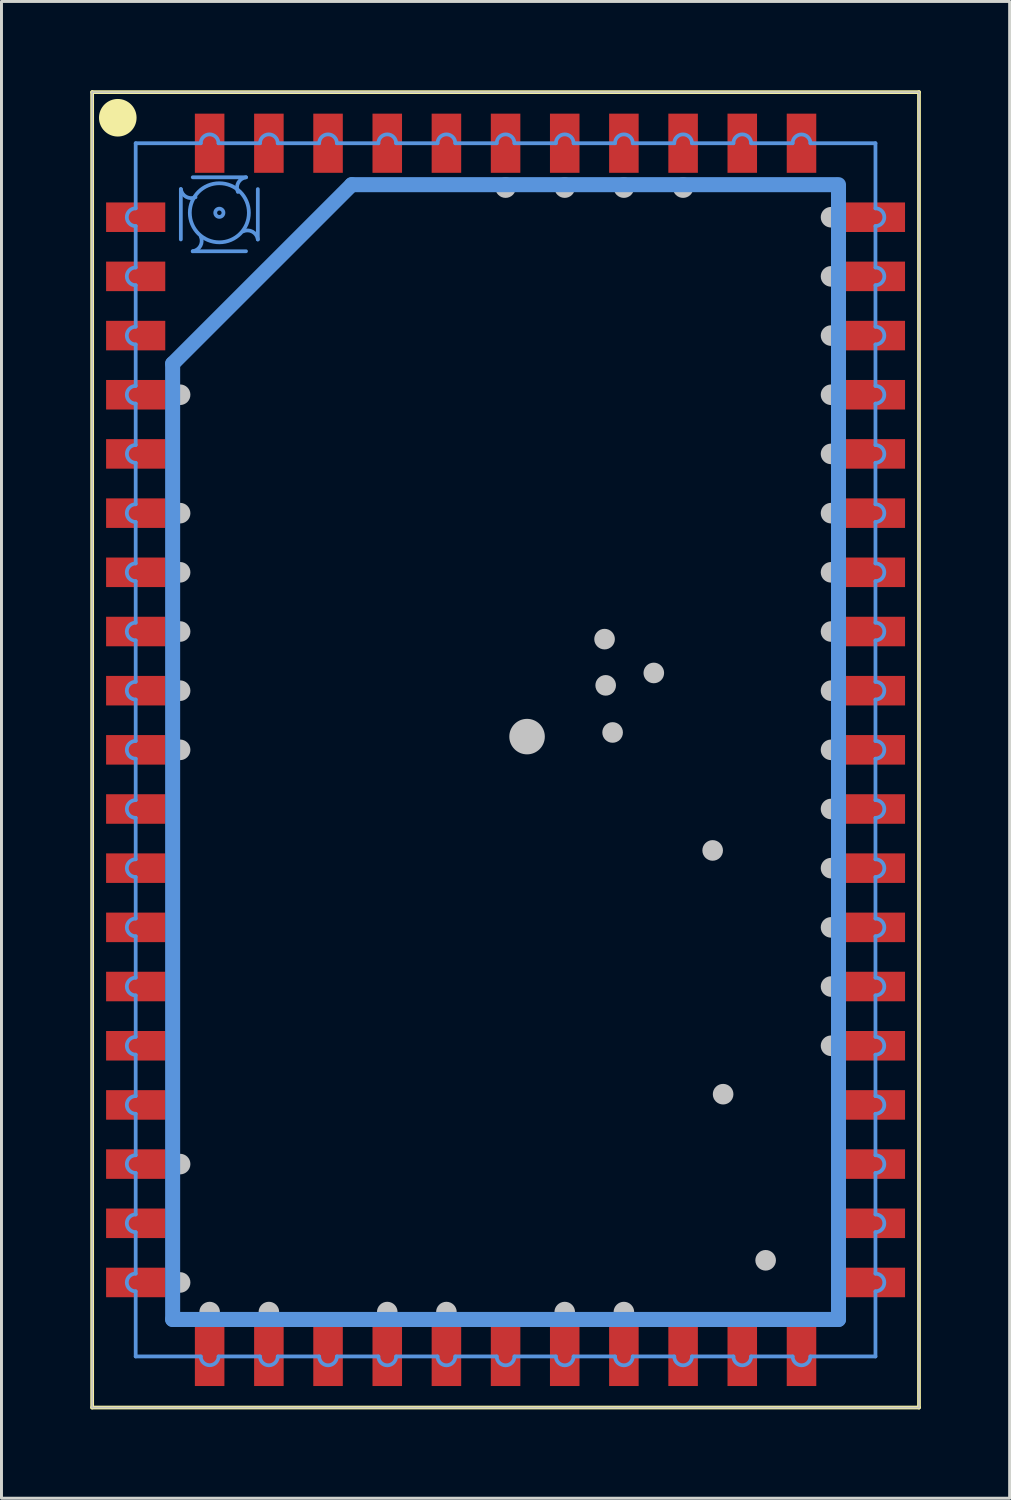
<source format=kicad_pcb>
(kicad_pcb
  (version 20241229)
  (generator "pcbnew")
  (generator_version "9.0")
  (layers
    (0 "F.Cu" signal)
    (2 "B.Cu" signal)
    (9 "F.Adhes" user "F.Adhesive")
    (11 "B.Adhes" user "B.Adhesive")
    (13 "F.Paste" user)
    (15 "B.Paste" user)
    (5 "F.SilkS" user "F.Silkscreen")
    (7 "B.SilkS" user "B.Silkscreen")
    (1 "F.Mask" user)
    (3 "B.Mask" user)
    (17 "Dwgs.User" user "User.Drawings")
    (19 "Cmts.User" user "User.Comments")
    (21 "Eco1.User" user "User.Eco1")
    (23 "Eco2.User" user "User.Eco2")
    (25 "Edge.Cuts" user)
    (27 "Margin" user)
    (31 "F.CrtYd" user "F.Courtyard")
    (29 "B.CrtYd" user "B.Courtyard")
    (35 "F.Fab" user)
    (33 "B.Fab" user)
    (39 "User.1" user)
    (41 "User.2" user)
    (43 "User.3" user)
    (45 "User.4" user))
  (footprint "DOMINO"
    (layer "F.Cu")
    (at 14.034 22.288)
    (property "Reference" "DOMINO" (at 10.262 20.955 0) (layer "Eco1.User") (effects (font (size 0.813 0.813) (thickness 0.064))))
    (attr through_hole)
    (fp_line (start -13.97 -22.225) (end -13.97 22.225) (stroke (width 0.127) (type solid)) (layer "F.SilkS"))
    (fp_line (start -13.97 22.225) (end 13.97 22.225) (stroke (width 0.127) (type solid)) (layer "F.SilkS"))
    (fp_line (start 13.97 -22.225) (end -13.97 -22.225) (stroke (width 0.127) (type solid)) (layer "F.SilkS"))
    (fp_line (start 13.97 22.225) (end 13.97 -22.225) (stroke (width 0.127) (type solid)) (layer "F.SilkS"))
    (fp_circle (center -13.104 -21.359) (end -12.469 -21.359) (stroke (width 0) (type solid)) (fill yes) (layer "F.SilkS"))
    (fp_line (start -13.97 -22.225) (end 13.97 -22.225) (stroke (width 0.051) (type solid)) (layer "Dwgs.User"))
    (fp_line (start -13.97 22.225) (end -13.97 -22.225) (stroke (width 0.051) (type solid)) (layer "Dwgs.User"))
    (fp_line (start 13.97 -22.225) (end 13.97 22.225) (stroke (width 0.051) (type solid)) (layer "Dwgs.User"))
    (fp_line (start 13.97 22.225) (end -13.97 22.225) (stroke (width 0.051) (type solid)) (layer "Dwgs.User"))
    (fp_circle (center -10.998 -11.999) (end -10.65 -11.999) (stroke (width 0) (type solid)) (fill yes) (layer "Dwgs.User"))
    (fp_circle (center -10.998 -7.998) (end -10.65 -7.998) (stroke (width 0) (type solid)) (fill yes) (layer "Dwgs.User"))
    (fp_circle (center -10.998 -5.999) (end -10.65 -5.999) (stroke (width 0) (type solid)) (fill yes) (layer "Dwgs.User"))
    (fp_circle (center -10.998 -3.998) (end -10.65 -3.998) (stroke (width 0) (type solid)) (fill yes) (layer "Dwgs.User"))
    (fp_circle (center -10.998 -1.999) (end -10.65 -1.999) (stroke (width 0) (type solid)) (fill yes) (layer "Dwgs.User"))
    (fp_circle (center -10.998 0) (end -10.65 0) (stroke (width 0) (type solid)) (fill yes) (layer "Dwgs.User"))
    (fp_circle (center -10.998 13.998) (end -10.65 13.998) (stroke (width 0) (type solid)) (fill yes) (layer "Dwgs.User"))
    (fp_circle (center -10.998 17.998) (end -10.65 17.998) (stroke (width 0) (type solid)) (fill yes) (layer "Dwgs.User"))
    (fp_circle (center -10 18.999) (end -9.652 18.999) (stroke (width 0) (type solid)) (fill yes) (layer "Dwgs.User"))
    (fp_circle (center -7.998 18.999) (end -7.65 18.999) (stroke (width 0) (type solid)) (fill yes) (layer "Dwgs.User"))
    (fp_circle (center -3.998 18.999) (end -3.65 18.999) (stroke (width 0) (type solid)) (fill yes) (layer "Dwgs.User"))
    (fp_circle (center -1.999 18.999) (end -1.651 18.999) (stroke (width 0) (type solid)) (fill yes) (layer "Dwgs.User"))
    (fp_circle (center 0 -18.999) (end 0.348 -18.999) (stroke (width 0) (type solid)) (fill yes) (layer "Dwgs.User"))
    (fp_circle (center 0.726 -0.447) (end 1.326 -0.447) (stroke (width 0) (type solid)) (fill yes) (layer "Dwgs.User"))
    (fp_circle (center 1.999 -18.999) (end 2.347 -18.999) (stroke (width 0) (type solid)) (fill yes) (layer "Dwgs.User"))
    (fp_circle (center 1.999 18.999) (end 2.347 18.999) (stroke (width 0) (type solid)) (fill yes) (layer "Dwgs.User"))
    (fp_circle (center 3.345 -3.741) (end 3.693 -3.741) (stroke (width 0) (type solid)) (fill yes) (layer "Dwgs.User"))
    (fp_circle (center 3.383 -2.179) (end 3.731 -2.179) (stroke (width 0) (type solid)) (fill yes) (layer "Dwgs.User"))
    (fp_circle (center 3.617 -0.587) (end 3.965 -0.587) (stroke (width 0) (type solid)) (fill yes) (layer "Dwgs.User"))
    (fp_circle (center 3.998 -18.999) (end 4.346 -18.999) (stroke (width 0) (type solid)) (fill yes) (layer "Dwgs.User"))
    (fp_circle (center 3.998 18.999) (end 4.346 18.999) (stroke (width 0) (type solid)) (fill yes) (layer "Dwgs.User"))
    (fp_circle (center 5.009 -2.598) (end 5.357 -2.598) (stroke (width 0) (type solid)) (fill yes) (layer "Dwgs.User"))
    (fp_circle (center 5.999 -18.999) (end 6.347 -18.999) (stroke (width 0) (type solid)) (fill yes) (layer "Dwgs.User"))
    (fp_circle (center 6.998 3.399) (end 7.346 3.399) (stroke (width 0) (type solid)) (fill yes) (layer "Dwgs.User"))
    (fp_circle (center 7.351 11.636) (end 7.699 11.636) (stroke (width 0) (type solid)) (fill yes) (layer "Dwgs.User"))
    (fp_circle (center 8.788 17.249) (end 9.136 17.249) (stroke (width 0) (type solid)) (fill yes) (layer "Dwgs.User"))
    (fp_circle (center 10.998 -17.998) (end 11.346 -17.998) (stroke (width 0) (type solid)) (fill yes) (layer "Dwgs.User"))
    (fp_circle (center 10.998 -15.999) (end 11.346 -15.999) (stroke (width 0) (type solid)) (fill yes) (layer "Dwgs.User"))
    (fp_circle (center 10.998 -13.998) (end 11.346 -13.998) (stroke (width 0) (type solid)) (fill yes) (layer "Dwgs.User"))
    (fp_circle (center 10.998 -11.999) (end 11.346 -11.999) (stroke (width 0) (type solid)) (fill yes) (layer "Dwgs.User"))
    (fp_circle (center 10.998 -10) (end 11.346 -10) (stroke (width 0) (type solid)) (fill yes) (layer "Dwgs.User"))
    (fp_circle (center 10.998 -7.998) (end 11.346 -7.998) (stroke (width 0) (type solid)) (fill yes) (layer "Dwgs.User"))
    (fp_circle (center 10.998 -5.999) (end 11.346 -5.999) (stroke (width 0) (type solid)) (fill yes) (layer "Dwgs.User"))
    (fp_circle (center 10.998 -3.998) (end 11.346 -3.998) (stroke (width 0) (type solid)) (fill yes) (layer "Dwgs.User"))
    (fp_circle (center 10.998 -1.999) (end 11.346 -1.999) (stroke (width 0) (type solid)) (fill yes) (layer "Dwgs.User"))
    (fp_circle (center 10.998 0) (end 11.346 0) (stroke (width 0) (type solid)) (fill yes) (layer "Dwgs.User"))
    (fp_circle (center 10.998 1.999) (end 11.346 1.999) (stroke (width 0) (type solid)) (fill yes) (layer "Dwgs.User"))
    (fp_circle (center 10.998 3.998) (end 11.346 3.998) (stroke (width 0) (type solid)) (fill yes) (layer "Dwgs.User"))
    (fp_circle (center 10.998 5.999) (end 11.346 5.999) (stroke (width 0) (type solid)) (fill yes) (layer "Dwgs.User"))
    (fp_circle (center 10.998 7.998) (end 11.346 7.998) (stroke (width 0) (type solid)) (fill yes) (layer "Dwgs.User"))
    (fp_circle (center 10.998 10) (end 11.346 10) (stroke (width 0) (type solid)) (fill yes) (layer "Dwgs.User"))
    (fp_line (start -12.499 -20.498) (end -10.3 -20.498) (stroke (width 0.127) (type solid)) (layer "Cmts.User"))
    (fp_line (start -12.499 -18.298) (end -12.499 -20.498) (stroke (width 0.127) (type solid)) (layer "Cmts.User"))
    (fp_line (start -12.499 -16.299) (end -12.499 -17.699) (stroke (width 0.127) (type solid)) (layer "Cmts.User"))
    (fp_line (start -12.499 -14.298) (end -12.499 -15.7) (stroke (width 0.127) (type solid)) (layer "Cmts.User"))
    (fp_line (start -12.499 -12.299) (end -12.499 -13.698) (stroke (width 0.127) (type solid)) (layer "Cmts.User"))
    (fp_line (start -12.499 -10.3) (end -12.499 -11.699) (stroke (width 0.127) (type solid)) (layer "Cmts.User"))
    (fp_line (start -12.499 -8.298) (end -12.499 -9.698) (stroke (width 0.127) (type solid)) (layer "Cmts.User"))
    (fp_line (start -12.499 -6.299) (end -12.499 -7.699) (stroke (width 0.127) (type solid)) (layer "Cmts.User"))
    (fp_line (start -12.499 -4.298) (end -12.499 -5.7) (stroke (width 0.127) (type solid)) (layer "Cmts.User"))
    (fp_line (start -12.499 -2.299) (end -12.499 -3.698) (stroke (width 0.127) (type solid)) (layer "Cmts.User"))
    (fp_line (start -12.499 -0.3) (end -12.499 -1.699) (stroke (width 0.127) (type solid)) (layer "Cmts.User"))
    (fp_line (start -12.499 1.699) (end -12.499 0.3) (stroke (width 0.127) (type solid)) (layer "Cmts.User"))
    (fp_line (start -12.499 3.698) (end -12.499 2.299) (stroke (width 0.127) (type solid)) (layer "Cmts.User"))
    (fp_line (start -12.499 5.7) (end -12.499 4.298) (stroke (width 0.127) (type solid)) (layer "Cmts.User"))
    (fp_line (start -12.499 7.699) (end -12.499 6.299) (stroke (width 0.127) (type solid)) (layer "Cmts.User"))
    (fp_line (start -12.499 9.698) (end -12.499 8.298) (stroke (width 0.127) (type solid)) (layer "Cmts.User"))
    (fp_line (start -12.499 11.699) (end -12.499 10.3) (stroke (width 0.127) (type solid)) (layer "Cmts.User"))
    (fp_line (start -12.499 13.698) (end -12.499 12.299) (stroke (width 0.127) (type solid)) (layer "Cmts.User"))
    (fp_line (start -12.499 15.7) (end -12.499 14.298) (stroke (width 0.127) (type solid)) (layer "Cmts.User"))
    (fp_line (start -12.499 17.699) (end -12.499 16.299) (stroke (width 0.127) (type solid)) (layer "Cmts.User"))
    (fp_line (start -12.499 20.498) (end -12.499 18.298) (stroke (width 0.127) (type solid)) (layer "Cmts.User"))
    (fp_line (start -11.25 -13.048) (end -5.199 -19.098) (stroke (width 0.508) (type solid)) (layer "Cmts.User"))
    (fp_line (start -11.25 19.248) (end -11.25 -13.048) (stroke (width 0.508) (type solid)) (layer "Cmts.User"))
    (fp_line (start -10.973 -17.247) (end -10.973 -18.948) (stroke (width 0.127) (type solid)) (layer "Cmts.User"))
    (fp_line (start -10.571 -19.347) (end -8.771 -19.347) (stroke (width 0.127) (type solid)) (layer "Cmts.User"))
    (fp_line (start -10.3 20.498) (end -12.499 20.498) (stroke (width 0.127) (type solid)) (layer "Cmts.User"))
    (fp_line (start -9.698 -20.498) (end -8.298 -20.498) (stroke (width 0.127) (type solid)) (layer "Cmts.User"))
    (fp_line (start -8.771 -16.848) (end -10.571 -16.848) (stroke (width 0.127) (type solid)) (layer "Cmts.User"))
    (fp_line (start -8.372 -18.948) (end -8.372 -17.247) (stroke (width 0.127) (type solid)) (layer "Cmts.User"))
    (fp_line (start -8.298 20.498) (end -9.698 20.498) (stroke (width 0.127) (type solid)) (layer "Cmts.User"))
    (fp_line (start -7.699 -20.498) (end -6.299 -20.498) (stroke (width 0.127) (type solid)) (layer "Cmts.User"))
    (fp_line (start -6.299 20.498) (end -7.699 20.498) (stroke (width 0.127) (type solid)) (layer "Cmts.User"))
    (fp_line (start -5.7 -20.498) (end -4.298 -20.498) (stroke (width 0.127) (type solid)) (layer "Cmts.User"))
    (fp_line (start -5.199 -19.098) (end 11.148 -19.098) (stroke (width 0.508) (type solid)) (layer "Cmts.User"))
    (fp_line (start -4.298 20.498) (end -5.7 20.498) (stroke (width 0.127) (type solid)) (layer "Cmts.User"))
    (fp_line (start -3.698 -20.498) (end -2.299 -20.498) (stroke (width 0.127) (type solid)) (layer "Cmts.User"))
    (fp_line (start -2.299 20.498) (end -3.698 20.498) (stroke (width 0.127) (type solid)) (layer "Cmts.User"))
    (fp_line (start -1.699 -20.498) (end -0.3 -20.498) (stroke (width 0.127) (type solid)) (layer "Cmts.User"))
    (fp_line (start -0.3 20.498) (end -1.699 20.498) (stroke (width 0.127) (type solid)) (layer "Cmts.User"))
    (fp_line (start 0.3 -20.498) (end 1.699 -20.498) (stroke (width 0.127) (type solid)) (layer "Cmts.User"))
    (fp_line (start 1.699 20.498) (end 0.3 20.498) (stroke (width 0.127) (type solid)) (layer "Cmts.User"))
    (fp_line (start 2.299 -20.498) (end 3.698 -20.498) (stroke (width 0.127) (type solid)) (layer "Cmts.User"))
    (fp_line (start 3.698 20.498) (end 2.299 20.498) (stroke (width 0.127) (type solid)) (layer "Cmts.User"))
    (fp_line (start 4.298 -20.498) (end 5.7 -20.498) (stroke (width 0.127) (type solid)) (layer "Cmts.User"))
    (fp_line (start 5.7 20.498) (end 4.298 20.498) (stroke (width 0.127) (type solid)) (layer "Cmts.User"))
    (fp_line (start 6.299 -20.498) (end 7.699 -20.498) (stroke (width 0.127) (type solid)) (layer "Cmts.User"))
    (fp_line (start 7.699 20.498) (end 6.299 20.498) (stroke (width 0.127) (type solid)) (layer "Cmts.User"))
    (fp_line (start 8.298 -20.498) (end 9.698 -20.498) (stroke (width 0.127) (type solid)) (layer "Cmts.User"))
    (fp_line (start 9.698 20.498) (end 8.298 20.498) (stroke (width 0.127) (type solid)) (layer "Cmts.User"))
    (fp_line (start 10.3 -20.498) (end 12.499 -20.498) (stroke (width 0.127) (type solid)) (layer "Cmts.User"))
    (fp_line (start 11.25 -19.098) (end 11.25 19.248) (stroke (width 0.508) (type solid)) (layer "Cmts.User"))
    (fp_line (start 11.25 19.248) (end -11.25 19.248) (stroke (width 0.508) (type solid)) (layer "Cmts.User"))
    (fp_line (start 12.499 -20.498) (end 12.499 -18.298) (stroke (width 0.127) (type solid)) (layer "Cmts.User"))
    (fp_line (start 12.499 -17.699) (end 12.499 -16.299) (stroke (width 0.127) (type solid)) (layer "Cmts.User"))
    (fp_line (start 12.499 -15.7) (end 12.499 -14.298) (stroke (width 0.127) (type solid)) (layer "Cmts.User"))
    (fp_line (start 12.499 -13.698) (end 12.499 -12.299) (stroke (width 0.127) (type solid)) (layer "Cmts.User"))
    (fp_line (start 12.499 -11.699) (end 12.499 -10.3) (stroke (width 0.127) (type solid)) (layer "Cmts.User"))
    (fp_line (start 12.499 -9.698) (end 12.499 -8.298) (stroke (width 0.127) (type solid)) (layer "Cmts.User"))
    (fp_line (start 12.499 -7.699) (end 12.499 -6.299) (stroke (width 0.127) (type solid)) (layer "Cmts.User"))
    (fp_line (start 12.499 -5.7) (end 12.499 -4.298) (stroke (width 0.127) (type solid)) (layer "Cmts.User"))
    (fp_line (start 12.499 -3.698) (end 12.499 -2.299) (stroke (width 0.127) (type solid)) (layer "Cmts.User"))
    (fp_line (start 12.499 -1.699) (end 12.499 -0.3) (stroke (width 0.127) (type solid)) (layer "Cmts.User"))
    (fp_line (start 12.499 0.3) (end 12.499 1.699) (stroke (width 0.127) (type solid)) (layer "Cmts.User"))
    (fp_line (start 12.499 2.299) (end 12.499 3.698) (stroke (width 0.127) (type solid)) (layer "Cmts.User"))
    (fp_line (start 12.499 4.298) (end 12.499 5.7) (stroke (width 0.127) (type solid)) (layer "Cmts.User"))
    (fp_line (start 12.499 6.299) (end 12.499 7.699) (stroke (width 0.127) (type solid)) (layer "Cmts.User"))
    (fp_line (start 12.499 8.298) (end 12.499 9.698) (stroke (width 0.127) (type solid)) (layer "Cmts.User"))
    (fp_line (start 12.499 10.3) (end 12.499 11.699) (stroke (width 0.127) (type solid)) (layer "Cmts.User"))
    (fp_line (start 12.499 12.299) (end 12.499 13.698) (stroke (width 0.127) (type solid)) (layer "Cmts.User"))
    (fp_line (start 12.499 14.298) (end 12.499 15.7) (stroke (width 0.127) (type solid)) (layer "Cmts.User"))
    (fp_line (start 12.499 16.299) (end 12.499 17.699) (stroke (width 0.127) (type solid)) (layer "Cmts.User"))
    (fp_line (start 12.499 18.298) (end 12.499 20.498) (stroke (width 0.127) (type solid)) (layer "Cmts.User"))
    (fp_line (start 12.499 20.498) (end 10.3 20.498) (stroke (width 0.127) (type solid)) (layer "Cmts.User"))
    (fp_arc (start -12.49934 -17.69872) (mid -12.79906 -17.99844) (end -12.49934 -18.29816) (stroke (width 0.127) (type solid)) (layer "Cmts.User"))
    (fp_arc (start -12.49934 -15.69974) (mid -12.79906 -15.99946) (end -12.49934 -16.29918) (stroke (width 0.127) (type solid)) (layer "Cmts.User"))
    (fp_arc (start -12.49934 -13.69822) (mid -12.79906 -13.99794) (end -12.49934 -14.29766) (stroke (width 0.127) (type solid)) (layer "Cmts.User"))
    (fp_arc (start -12.49934 -11.69924) (mid -12.79906 -11.99896) (end -12.49934 -12.29868) (stroke (width 0.127) (type solid)) (layer "Cmts.User"))
    (fp_arc (start -12.49934 -9.69772) (mid -12.8016 -9.99998) (end -12.49934 -10.30224) (stroke (width 0.127) (type solid)) (layer "Cmts.User"))
    (fp_arc (start -12.49934 -7.69874) (mid -12.79906 -7.99846) (end -12.49934 -8.29818) (stroke (width 0.127) (type solid)) (layer "Cmts.User"))
    (fp_arc (start -12.49934 -5.69976) (mid -12.79906 -5.99948) (end -12.49934 -6.2992) (stroke (width 0.127) (type solid)) (layer "Cmts.User"))
    (fp_arc (start -12.49934 -3.69824) (mid -12.79906 -3.99796) (end -12.49934 -4.29768) (stroke (width 0.127) (type solid)) (layer "Cmts.User"))
    (fp_arc (start -12.49934 -1.69926) (mid -12.79906 -1.99898) (end -12.49934 -2.2987) (stroke (width 0.127) (type solid)) (layer "Cmts.User"))
    (fp_arc (start -12.49934 0.29972) (mid -12.79906 0) (end -12.49934 -0.29972) (stroke (width 0.127) (type solid)) (layer "Cmts.User"))
    (fp_arc (start -12.49934 2.2987) (mid -12.79906 1.99898) (end -12.49934 1.69926) (stroke (width 0.127) (type solid)) (layer "Cmts.User"))
    (fp_arc (start -12.49934 4.29768) (mid -12.79906 3.99796) (end -12.49934 3.69824) (stroke (width 0.127) (type solid)) (layer "Cmts.User"))
    (fp_arc (start -12.49934 6.2992) (mid -12.79906 5.99948) (end -12.49934 5.69976) (stroke (width 0.127) (type solid)) (layer "Cmts.User"))
    (fp_arc (start -12.49934 8.29818) (mid -12.79906 7.99846) (end -12.49934 7.69874) (stroke (width 0.127) (type solid)) (layer "Cmts.User"))
    (fp_arc (start -12.49934 10.2997) (mid -12.79906 9.99998) (end -12.49934 9.70026) (stroke (width 0.127) (type solid)) (layer "Cmts.User"))
    (fp_arc (start -12.49934 12.29868) (mid -12.79906 11.99896) (end -12.49934 11.69924) (stroke (width 0.127) (type solid)) (layer "Cmts.User"))
    (fp_arc (start -12.49934 14.29766) (mid -12.79906 13.99794) (end -12.49934 13.69822) (stroke (width 0.127) (type solid)) (layer "Cmts.User"))
    (fp_arc (start -12.49934 16.29918) (mid -12.79906 15.99946) (end -12.49934 15.69974) (stroke (width 0.127) (type solid)) (layer "Cmts.User"))
    (fp_arc (start -12.49934 18.29816) (mid -12.79906 17.99844) (end -12.49934 17.69872) (stroke (width 0.127) (type solid)) (layer "Cmts.User"))
    (fp_arc (start -10.478144 -18.673522) (mid -10.794146 -18.687378) (end -10.9728 -18.9484) (stroke (width 0.127) (type solid)) (layer "Cmts.User"))
    (fp_arc (start -10.299851 -17.344915) (mid -10.311473 -17.028505) (end -10.57148 -16.84782) (stroke (width 0.127) (type solid)) (layer "Cmts.User"))
    (fp_arc (start -10.2997 -20.4978) (mid -9.99998 -20.79752) (end -9.70026 -20.4978) (stroke (width 0.127) (type solid)) (layer "Cmts.User"))
    (fp_arc (start -9.69772 20.4978) (mid -9.99998 20.80006) (end -10.30224 20.4978) (stroke (width 0.127) (type solid)) (layer "Cmts.User"))
    (fp_arc (start -9.045498 -18.852524) (mid -9.031642 -19.168526) (end -8.77062 -19.34718) (stroke (width 0.127) (type solid)) (layer "Cmts.User"))
    (fp_arc (start -8.866496 -17.521478) (mid -8.550494 -17.507622) (end -8.37184 -17.2466) (stroke (width 0.127) (type solid)) (layer "Cmts.User"))
    (fp_arc (start -8.29818 -20.4978) (mid -7.99846 -20.79752) (end -7.69874 -20.4978) (stroke (width 0.127) (type solid)) (layer "Cmts.User"))
    (fp_arc (start -7.69874 20.4978) (mid -7.99846 20.79752) (end -8.29818 20.4978) (stroke (width 0.127) (type solid)) (layer "Cmts.User"))
    (fp_arc (start -6.2992 -20.4978) (mid -5.99948 -20.79752) (end -5.69976 -20.4978) (stroke (width 0.127) (type solid)) (layer "Cmts.User"))
    (fp_arc (start -5.69976 20.4978) (mid -5.99948 20.79752) (end -6.2992 20.4978) (stroke (width 0.127) (type solid)) (layer "Cmts.User"))
    (fp_arc (start -4.29768 -20.4978) (mid -3.99796 -20.79752) (end -3.69824 -20.4978) (stroke (width 0.127) (type solid)) (layer "Cmts.User"))
    (fp_arc (start -3.69824 20.4978) (mid -3.99796 20.79752) (end -4.29768 20.4978) (stroke (width 0.127) (type solid)) (layer "Cmts.User"))
    (fp_arc (start -2.2987 -20.4978) (mid -1.99898 -20.79752) (end -1.69926 -20.4978) (stroke (width 0.127) (type solid)) (layer "Cmts.User"))
    (fp_arc (start -1.69926 20.4978) (mid -1.99898 20.79752) (end -2.2987 20.4978) (stroke (width 0.127) (type solid)) (layer "Cmts.User"))
    (fp_arc (start -0.29972 -20.4978) (mid 0 -20.79752) (end 0.29972 -20.4978) (stroke (width 0.127) (type solid)) (layer "Cmts.User"))
    (fp_arc (start 0.29972 20.4978) (mid 0 20.79752) (end -0.29972 20.4978) (stroke (width 0.127) (type solid)) (layer "Cmts.User"))
    (fp_arc (start 1.69926 -20.4978) (mid 1.99898 -20.79752) (end 2.2987 -20.4978) (stroke (width 0.127) (type solid)) (layer "Cmts.User"))
    (fp_arc (start 2.2987 20.4978) (mid 1.99898 20.79752) (end 1.69926 20.4978) (stroke (width 0.127) (type solid)) (layer "Cmts.User"))
    (fp_arc (start 3.69824 -20.4978) (mid 3.99796 -20.79752) (end 4.29768 -20.4978) (stroke (width 0.127) (type solid)) (layer "Cmts.User"))
    (fp_arc (start 4.29768 20.4978) (mid 3.99796 20.79752) (end 3.69824 20.4978) (stroke (width 0.127) (type solid)) (layer "Cmts.User"))
    (fp_arc (start 5.69976 -20.4978) (mid 5.99948 -20.79752) (end 6.2992 -20.4978) (stroke (width 0.127) (type solid)) (layer "Cmts.User"))
    (fp_arc (start 6.2992 20.4978) (mid 5.99948 20.79752) (end 5.69976 20.4978) (stroke (width 0.127) (type solid)) (layer "Cmts.User"))
    (fp_arc (start 7.69874 -20.4978) (mid 7.99846 -20.79752) (end 8.29818 -20.4978) (stroke (width 0.127) (type solid)) (layer "Cmts.User"))
    (fp_arc (start 8.29818 20.4978) (mid 7.99846 20.79752) (end 7.69874 20.4978) (stroke (width 0.127) (type solid)) (layer "Cmts.User"))
    (fp_arc (start 9.69772 -20.4978) (mid 9.99998 -20.80006) (end 10.30224 -20.4978) (stroke (width 0.127) (type solid)) (layer "Cmts.User"))
    (fp_arc (start 10.2997 20.4978) (mid 9.99998 20.79752) (end 9.70026 20.4978) (stroke (width 0.127) (type solid)) (layer "Cmts.User"))
    (fp_arc (start 12.49934 -18.29816) (mid 12.79906 -17.99844) (end 12.49934 -17.69872) (stroke (width 0.127) (type solid)) (layer "Cmts.User"))
    (fp_arc (start 12.49934 -16.29918) (mid 12.79906 -15.99946) (end 12.49934 -15.69974) (stroke (width 0.127) (type solid)) (layer "Cmts.User"))
    (fp_arc (start 12.49934 -14.29766) (mid 12.79906 -13.99794) (end 12.49934 -13.69822) (stroke (width 0.127) (type solid)) (layer "Cmts.User"))
    (fp_arc (start 12.49934 -12.29868) (mid 12.79906 -11.99896) (end 12.49934 -11.69924) (stroke (width 0.127) (type solid)) (layer "Cmts.User"))
    (fp_arc (start 12.49934 -10.2997) (mid 12.79906 -9.99998) (end 12.49934 -9.70026) (stroke (width 0.127) (type solid)) (layer "Cmts.User"))
    (fp_arc (start 12.49934 -8.29818) (mid 12.79906 -7.99846) (end 12.49934 -7.69874) (stroke (width 0.127) (type solid)) (layer "Cmts.User"))
    (fp_arc (start 12.49934 -6.2992) (mid 12.79906 -5.99948) (end 12.49934 -5.69976) (stroke (width 0.127) (type solid)) (layer "Cmts.User"))
    (fp_arc (start 12.49934 -4.29768) (mid 12.79906 -3.99796) (end 12.49934 -3.69824) (stroke (width 0.127) (type solid)) (layer "Cmts.User"))
    (fp_arc (start 12.49934 -2.2987) (mid 12.79906 -1.99898) (end 12.49934 -1.69926) (stroke (width 0.127) (type solid)) (layer "Cmts.User"))
    (fp_arc (start 12.49934 -0.29972) (mid 12.79906 0) (end 12.49934 0.29972) (stroke (width 0.127) (type solid)) (layer "Cmts.User"))
    (fp_arc (start 12.49934 1.69926) (mid 12.79906 1.99898) (end 12.49934 2.2987) (stroke (width 0.127) (type solid)) (layer "Cmts.User"))
    (fp_arc (start 12.49934 3.69824) (mid 12.79906 3.99796) (end 12.49934 4.29768) (stroke (width 0.127) (type solid)) (layer "Cmts.User"))
    (fp_arc (start 12.49934 5.69976) (mid 12.79906 5.99948) (end 12.49934 6.2992) (stroke (width 0.127) (type solid)) (layer "Cmts.User"))
    (fp_arc (start 12.49934 7.69874) (mid 12.79906 7.99846) (end 12.49934 8.29818) (stroke (width 0.127) (type solid)) (layer "Cmts.User"))
    (fp_arc (start 12.49934 9.69772) (mid 12.8016 9.99998) (end 12.49934 10.30224) (stroke (width 0.127) (type solid)) (layer "Cmts.User"))
    (fp_arc (start 12.49934 11.69924) (mid 12.79906 11.99896) (end 12.49934 12.29868) (stroke (width 0.127) (type solid)) (layer "Cmts.User"))
    (fp_arc (start 12.49934 13.69822) (mid 12.79906 13.99794) (end 12.49934 14.29766) (stroke (width 0.127) (type solid)) (layer "Cmts.User"))
    (fp_arc (start 12.49934 15.69974) (mid 12.79906 15.99946) (end 12.49934 16.29918) (stroke (width 0.127) (type solid)) (layer "Cmts.User"))
    (fp_arc (start 12.49934 17.69872) (mid 12.79906 17.99844) (end 12.49934 18.29816) (stroke (width 0.127) (type solid)) (layer "Cmts.User"))
    (fp_circle (center -9.672 -18.148) (end -9.533 -18.148) (stroke (width 0.127) (type solid)) (fill no) (layer "Cmts.User"))
    (fp_circle (center -9.672 -18.148) (end -8.674 -18.148) (stroke (width 0.127) (type solid)) (fill no) (layer "Cmts.User"))
    (pad "1" smd rect (at -12.499 -17.998) (size 1.999 0.998) (layers "F.Cu" "F.Mask" "F.Paste"))
    (pad "2" smd rect (at -12.499 -15.999) (size 1.999 0.998) (layers "F.Cu" "F.Mask" "F.Paste"))
    (pad "3" smd rect (at -12.499 -13.998 180) (size 1.999 0.998) (layers "F.Cu" "F.Mask" "F.Paste"))
    (pad "4" smd rect (at -12.499 -11.999 180) (size 1.999 0.998) (layers "F.Cu" "F.Mask" "F.Paste"))
    (pad "5" smd rect (at -12.499 -10 180) (size 1.999 0.998) (layers "F.Cu" "F.Mask" "F.Paste"))
    (pad "6" smd rect (at -12.499 -7.998 180) (size 1.999 0.998) (layers "F.Cu" "F.Mask" "F.Paste"))
    (pad "7" smd rect (at -12.499 -5.999 180) (size 1.999 0.998) (layers "F.Cu" "F.Mask" "F.Paste"))
    (pad "8" smd rect (at -12.499 -3.998 180) (size 1.999 0.998) (layers "F.Cu" "F.Mask" "F.Paste"))
    (pad "9" smd rect (at -12.499 -1.999 180) (size 1.999 0.998) (layers "F.Cu" "F.Mask" "F.Paste"))
    (pad "10" smd rect (at -12.499 0 180) (size 1.999 0.998) (layers "F.Cu" "F.Mask" "F.Paste"))
    (pad "11" smd rect (at -12.499 1.999 180) (size 1.999 0.998) (layers "F.Cu" "F.Mask" "F.Paste"))
    (pad "12" smd rect (at -12.499 3.998 180) (size 1.999 0.998) (layers "F.Cu" "F.Mask" "F.Paste"))
    (pad "13" smd rect (at -12.499 5.999 180) (size 1.999 0.998) (layers "F.Cu" "F.Mask" "F.Paste"))
    (pad "14" smd rect (at -12.499 7.998 180) (size 1.999 0.998) (layers "F.Cu" "F.Mask" "F.Paste"))
    (pad "15" smd rect (at -12.499 10) (size 1.999 0.998) (layers "F.Cu" "F.Mask" "F.Paste"))
    (pad "16" smd rect (at -12.499 11.999) (size 1.999 0.998) (layers "F.Cu" "F.Mask" "F.Paste"))
    (pad "17" smd rect (at -12.499 13.998 180) (size 1.999 0.998) (layers "F.Cu" "F.Mask" "F.Paste"))
    (pad "18" smd rect (at -12.499 15.999 180) (size 1.999 0.998) (layers "F.Cu" "F.Mask" "F.Paste"))
    (pad "19" smd rect (at -12.499 17.998 180) (size 1.999 0.998) (layers "F.Cu" "F.Mask" "F.Paste"))
    (pad "20" smd rect (at -10 20.498 270) (size 1.999 0.998) (layers "F.Cu" "F.Mask" "F.Paste"))
    (pad "21" smd rect (at -7.998 20.498 270) (size 1.999 0.998) (layers "F.Cu" "F.Mask" "F.Paste"))
    (pad "22" smd rect (at -5.999 20.498 270) (size 1.999 0.998) (layers "F.Cu" "F.Mask" "F.Paste"))
    (pad "23" smd rect (at -3.998 20.498 270) (size 1.999 0.998) (layers "F.Cu" "F.Mask" "F.Paste"))
    (pad "24" smd rect (at -1.999 20.498 90) (size 1.999 0.998) (layers "F.Cu" "F.Mask" "F.Paste"))
    (pad "25" smd rect (at 0 20.498 90) (size 1.999 0.998) (layers "F.Cu" "F.Mask" "F.Paste"))
    (pad "26" smd rect (at 1.999 20.498 90) (size 1.999 0.998) (layers "F.Cu" "F.Mask" "F.Paste"))
    (pad "27" smd rect (at 3.998 20.498 90) (size 1.999 0.998) (layers "F.Cu" "F.Mask" "F.Paste"))
    (pad "28" smd rect (at 5.999 20.498 90) (size 1.999 0.998) (layers "F.Cu" "F.Mask" "F.Paste"))
    (pad "29" smd rect (at 7.998 20.498 270) (size 1.999 0.998) (layers "F.Cu" "F.Mask" "F.Paste"))
    (pad "30" smd rect (at 10 20.498 90) (size 1.999 0.998) (layers "F.Cu" "F.Mask" "F.Paste"))
    (pad "31" smd rect (at 12.499 17.998) (size 1.999 0.998) (layers "F.Cu" "F.Mask" "F.Paste"))
    (pad "32" smd rect (at 12.499 15.999 180) (size 1.999 0.998) (layers "F.Cu" "F.Mask" "F.Paste"))
    (pad "33" smd rect (at 12.499 13.998 180) (size 1.999 0.998) (layers "F.Cu" "F.Mask" "F.Paste"))
    (pad "34" smd rect (at 12.499 11.999 180) (size 1.999 0.998) (layers "F.Cu" "F.Mask" "F.Paste"))
    (pad "35" smd rect (at 12.499 10 180) (size 1.999 0.998) (layers "F.Cu" "F.Mask" "F.Paste"))
    (pad "36" smd rect (at 12.499 7.998) (size 1.999 0.998) (layers "F.Cu" "F.Mask" "F.Paste"))
    (pad "37" smd rect (at 12.499 5.999) (size 1.999 0.998) (layers "F.Cu" "F.Mask" "F.Paste"))
    (pad "38" smd rect (at 12.499 3.998 180) (size 1.999 0.998) (layers "F.Cu" "F.Mask" "F.Paste"))
    (pad "39" smd rect (at 12.499 1.999 180) (size 1.999 0.998) (layers "F.Cu" "F.Mask" "F.Paste"))
    (pad "40" smd rect (at 12.499 0 180) (size 1.999 0.998) (layers "F.Cu" "F.Mask" "F.Paste"))
    (pad "41" smd rect (at 12.499 -1.999) (size 1.999 0.998) (layers "F.Cu" "F.Mask" "F.Paste"))
    (pad "42" smd rect (at 12.499 -3.998 180) (size 1.999 0.998) (layers "F.Cu" "F.Mask" "F.Paste"))
    (pad "43" smd rect (at 12.499 -5.999 180) (size 1.999 0.998) (layers "F.Cu" "F.Mask" "F.Paste"))
    (pad "44" smd rect (at 12.499 -7.998 180) (size 1.999 0.998) (layers "F.Cu" "F.Mask" "F.Paste"))
    (pad "45" smd rect (at 12.499 -10 180) (size 1.999 0.998) (layers "F.Cu" "F.Mask" "F.Paste"))
    (pad "46" smd rect (at 12.499 -11.999 180) (size 1.999 0.998) (layers "F.Cu" "F.Mask" "F.Paste"))
    (pad "47" smd rect (at 12.499 -13.998 180) (size 1.999 0.998) (layers "F.Cu" "F.Mask" "F.Paste"))
    (pad "48" smd rect (at 12.499 -15.999 180) (size 1.999 0.998) (layers "F.Cu" "F.Mask" "F.Paste"))
    (pad "49" smd rect (at 12.499 -17.998) (size 1.999 0.998) (layers "F.Cu" "F.Mask" "F.Paste"))
    (pad "50" smd rect (at 10 -20.498 270) (size 1.999 0.998) (layers "F.Cu" "F.Mask" "F.Paste"))
    (pad "51" smd rect (at 7.998 -20.498 270) (size 1.999 0.998) (layers "F.Cu" "F.Mask" "F.Paste"))
    (pad "52" smd rect (at 5.999 -20.498 270) (size 1.999 0.998) (layers "F.Cu" "F.Mask" "F.Paste"))
    (pad "53" smd rect (at 3.998 -20.498 270) (size 1.999 0.998) (layers "F.Cu" "F.Mask" "F.Paste"))
    (pad "54" smd rect (at 1.999 -20.498 270) (size 1.999 0.998) (layers "F.Cu" "F.Mask" "F.Paste"))
    (pad "55" smd rect (at 0 -20.498 270) (size 1.999 0.998) (layers "F.Cu" "F.Mask" "F.Paste"))
    (pad "56" smd rect (at -1.999 -20.498 270) (size 1.999 0.998) (layers "F.Cu" "F.Mask" "F.Paste"))
    (pad "57" smd rect (at -3.998 -20.498 270) (size 1.999 0.998) (layers "F.Cu" "F.Mask" "F.Paste"))
    (pad "58" smd rect (at -5.999 -20.498 270) (size 1.999 0.998) (layers "F.Cu" "F.Mask" "F.Paste"))
    (pad "59" smd rect (at -7.998 -20.498 270) (size 1.999 0.998) (layers "F.Cu" "F.Mask" "F.Paste"))
    (pad "60" smd rect (at -10 -20.498 270) (size 1.999 0.998) (layers "F.Cu" "F.Mask" "F.Paste")))
  (gr_rect
    (start -3 -3)
    (end 31.067 47.577)
    (stroke (width 0.1) (type default))
    (fill no)
    (layer "Edge.Cuts")))
</source>
